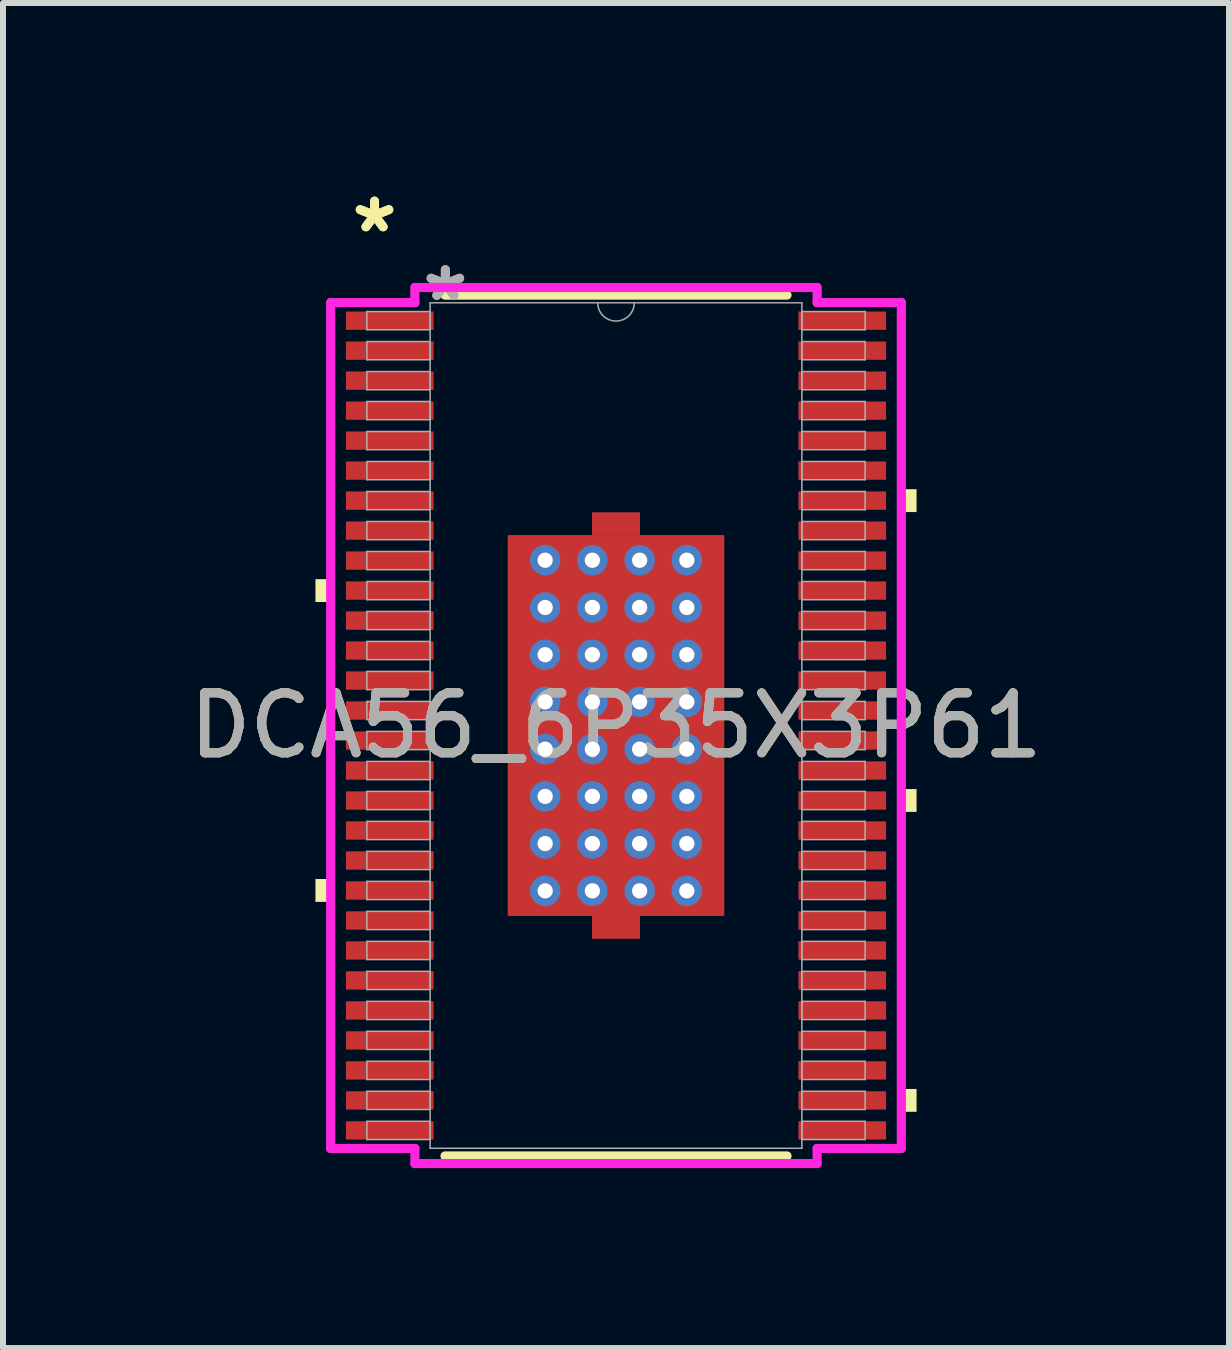
<source format=kicad_pcb>
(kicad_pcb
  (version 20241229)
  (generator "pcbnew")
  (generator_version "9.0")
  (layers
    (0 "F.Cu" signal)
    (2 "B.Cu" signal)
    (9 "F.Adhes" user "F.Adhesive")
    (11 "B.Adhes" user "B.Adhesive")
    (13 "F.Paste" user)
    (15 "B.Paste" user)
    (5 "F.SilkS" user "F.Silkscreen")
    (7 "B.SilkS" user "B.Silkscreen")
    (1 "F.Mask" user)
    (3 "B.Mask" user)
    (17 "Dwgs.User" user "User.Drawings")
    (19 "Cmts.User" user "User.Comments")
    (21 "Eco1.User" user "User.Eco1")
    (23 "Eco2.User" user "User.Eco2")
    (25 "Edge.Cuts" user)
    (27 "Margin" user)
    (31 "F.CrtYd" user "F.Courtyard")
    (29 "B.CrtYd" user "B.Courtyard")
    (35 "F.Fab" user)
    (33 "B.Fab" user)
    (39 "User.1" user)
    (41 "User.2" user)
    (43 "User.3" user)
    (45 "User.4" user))
  (footprint "DCA56_6P35X3P61"
    (layer "F.Cu")
    (at 7.22 9.046)
    (property "Reference" "DCA56_6P35X3P61" (at 0 0 0) (unlocked yes) (layer "F.SilkS") (effects (font (size 1 1) (thickness 0.15))))
    (attr smd)
    (fp_poly (pts (xy -0.4 -3.175) (xy -0.4 -3.555) (xy 0.4 -3.555) (xy 0.4 -3.175)) (stroke (width 0) (type solid)) (fill yes) (layer "F.Cu"))
    (fp_poly (pts (xy -0.4 3.175) (xy -0.4 3.555) (xy 0.4 3.555) (xy 0.4 3.175)) (stroke (width 0) (type solid)) (fill yes) (layer "F.Cu"))
    (fp_poly (pts (xy -1.869 -3.239) (xy -1.381 -3.239) (xy -1.381 3.239) (xy -1.869 3.239)) (stroke (width 0) (type solid)) (fill yes) (layer "F.Mask"))
    (fp_poly (pts (xy -1.869 -3.239) (xy 1.869 -3.239) (xy 1.869 -2.956) (xy -1.869 -2.956)) (stroke (width 0) (type solid)) (fill yes) (layer "F.Mask"))
    (fp_poly (pts (xy -1.869 -2.556) (xy 1.869 -2.556) (xy 1.869 -2.168) (xy -1.869 -2.168)) (stroke (width 0) (type solid)) (fill yes) (layer "F.Mask"))
    (fp_poly (pts (xy -1.869 -1.768) (xy 1.869 -1.768) (xy 1.869 -1.381) (xy -1.869 -1.381)) (stroke (width 0) (type solid)) (fill yes) (layer "F.Mask"))
    (fp_poly (pts (xy -1.869 -0.981) (xy 1.869 -0.981) (xy 1.869 -0.594) (xy -1.869 -0.594)) (stroke (width 0) (type solid)) (fill yes) (layer "F.Mask"))
    (fp_poly (pts (xy -1.869 -0.194) (xy 1.869 -0.194) (xy 1.869 0.194) (xy -1.869 0.194)) (stroke (width 0) (type solid)) (fill yes) (layer "F.Mask"))
    (fp_poly (pts (xy -1.869 0.594) (xy 1.869 0.594) (xy 1.869 0.981) (xy -1.869 0.981)) (stroke (width 0) (type solid)) (fill yes) (layer "F.Mask"))
    (fp_poly (pts (xy -1.869 1.381) (xy 1.869 1.381) (xy 1.869 1.768) (xy -1.869 1.768)) (stroke (width 0) (type solid)) (fill yes) (layer "F.Mask"))
    (fp_poly (pts (xy -1.869 2.168) (xy 1.869 2.168) (xy 1.869 2.556) (xy -1.869 2.556)) (stroke (width 0) (type solid)) (fill yes) (layer "F.Mask"))
    (fp_poly (pts (xy -1.869 2.956) (xy 1.869 2.956) (xy 1.869 3.239) (xy -1.869 3.239)) (stroke (width 0) (type solid)) (fill yes) (layer "F.Mask"))
    (fp_poly (pts (xy -0.594 -3.239) (xy -0.981 -3.239) (xy -0.981 3.239) (xy -0.594 3.239)) (stroke (width 0) (type solid)) (fill yes) (layer "F.Mask"))
    (fp_poly (pts (xy -0.4 -3.175) (xy -0.4 -3.555) (xy 0.4 -3.555) (xy 0.4 -3.175)) (stroke (width 0) (type solid)) (fill yes) (layer "F.Mask"))
    (fp_poly (pts (xy -0.4 3.175) (xy -0.4 3.555) (xy 0.4 3.555) (xy 0.4 3.175)) (stroke (width 0) (type solid)) (fill yes) (layer "F.Mask"))
    (fp_poly (pts (xy 0.194 -3.239) (xy -0.194 -3.239) (xy -0.194 3.239) (xy 0.194 3.239)) (stroke (width 0) (type solid)) (fill yes) (layer "F.Mask"))
    (fp_poly (pts (xy 0.981 -3.239) (xy 0.594 -3.239) (xy 0.594 3.239) (xy 0.981 3.239)) (stroke (width 0) (type solid)) (fill yes) (layer "F.Mask"))
    (fp_poly (pts (xy 1.381 -3.239) (xy 1.869 -3.239) (xy 1.869 3.239) (xy 1.381 3.239)) (stroke (width 0) (type solid)) (fill yes) (layer "F.Mask"))
    (fp_line (start -2.851 7.176) (end 2.851 7.176) (stroke (width 0.152) (type solid)) (layer "F.SilkS"))
    (fp_line (start 2.851 -7.176) (end -2.851 -7.176) (stroke (width 0.152) (type solid)) (layer "F.SilkS"))
    (fp_poly (pts (xy -5.011 -2.44) (xy -5.011 -2.059) (xy -4.757 -2.059) (xy -4.757 -2.44)) (stroke (width 0) (type solid)) (fill yes) (layer "F.SilkS"))
    (fp_poly (pts (xy -5.011 2.559) (xy -5.011 2.94) (xy -4.757 2.94) (xy -4.757 2.559)) (stroke (width 0) (type solid)) (fill yes) (layer "F.SilkS"))
    (fp_poly (pts (xy 5.011 -3.94) (xy 5.011 -3.559) (xy 4.757 -3.559) (xy 4.757 -3.94)) (stroke (width 0) (type solid)) (fill yes) (layer "F.SilkS"))
    (fp_poly (pts (xy 5.011 1.059) (xy 5.011 1.44) (xy 4.757 1.44) (xy 4.757 1.059)) (stroke (width 0) (type solid)) (fill yes) (layer "F.SilkS"))
    (fp_poly (pts (xy 5.011 6.059) (xy 5.011 6.44) (xy 4.757 6.44) (xy 4.757 6.059)) (stroke (width 0) (type solid)) (fill yes) (layer "F.SilkS"))
    (fp_poly (pts (xy -1.73 -3.1) (xy -1.73 -2.856) (xy -1.423 -2.856) (xy -1.281 -2.997) (xy -1.281 -3.1)) (stroke (width 0) (type solid)) (fill yes) (layer "F.Paste"))
    (fp_poly (pts (xy -1.73 2.856) (xy -1.73 3.1) (xy -1.281 3.1) (xy -1.281 2.997) (xy -1.423 2.856)) (stroke (width 0) (type solid)) (fill yes) (layer "F.Paste"))
    (fp_poly (pts (xy 1.281 -3.1) (xy 1.281 -2.997) (xy 1.423 -2.856) (xy 1.73 -2.856) (xy 1.73 -3.1)) (stroke (width 0) (type solid)) (fill yes) (layer "F.Paste"))
    (fp_poly (pts (xy 1.423 2.856) (xy 1.281 2.997) (xy 1.281 3.1) (xy 1.73 3.1) (xy 1.73 2.856)) (stroke (width 0) (type solid)) (fill yes) (layer "F.Paste"))
    (fp_poly (pts (xy -1.73 -2.656) (xy -1.73 -2.068) (xy -1.423 -2.068) (xy -1.281 -2.21) (xy -1.281 -2.514) (xy -1.423 -2.656)) (stroke (width 0) (type solid)) (fill yes) (layer "F.Paste"))
    (fp_poly (pts (xy -1.73 -1.869) (xy -1.73 -1.281) (xy -1.423 -1.281) (xy -1.281 -1.423) (xy -1.281 -1.727) (xy -1.423 -1.869)) (stroke (width 0) (type solid)) (fill yes) (layer "F.Paste"))
    (fp_poly (pts (xy -1.73 -1.081) (xy -1.73 -0.494) (xy -1.423 -0.494) (xy -1.281 -0.635) (xy -1.281 -0.94) (xy -1.423 -1.081)) (stroke (width 0) (type solid)) (fill yes) (layer "F.Paste"))
    (fp_poly (pts (xy -1.73 -0.294) (xy -1.73 0.294) (xy -1.423 0.294) (xy -1.281 0.152) (xy -1.281 -0.152) (xy -1.423 -0.294)) (stroke (width 0) (type solid)) (fill yes) (layer "F.Paste"))
    (fp_poly (pts (xy -1.73 0.494) (xy -1.73 1.081) (xy -1.423 1.081) (xy -1.281 0.94) (xy -1.281 0.635) (xy -1.423 0.494)) (stroke (width 0) (type solid)) (fill yes) (layer "F.Paste"))
    (fp_poly (pts (xy -1.73 1.281) (xy -1.73 1.869) (xy -1.423 1.869) (xy -1.281 1.727) (xy -1.281 1.423) (xy -1.423 1.281)) (stroke (width 0) (type solid)) (fill yes) (layer "F.Paste"))
    (fp_poly (pts (xy -1.73 2.068) (xy -1.73 2.656) (xy -1.423 2.656) (xy -1.281 2.514) (xy -1.281 2.21) (xy -1.423 2.068)) (stroke (width 0) (type solid)) (fill yes) (layer "F.Paste"))
    (fp_poly (pts (xy -1.081 -3.1) (xy -1.081 -2.997) (xy -0.94 -2.856) (xy -0.635 -2.856) (xy -0.494 -2.997) (xy -0.494 -3.1)) (stroke (width 0) (type solid)) (fill yes) (layer "F.Paste"))
    (fp_poly (pts (xy -0.94 2.856) (xy -1.081 2.997) (xy -1.081 3.1) (xy -0.494 3.1) (xy -0.494 2.997) (xy -0.635 2.856)) (stroke (width 0) (type solid)) (fill yes) (layer "F.Paste"))
    (fp_poly (pts (xy -0.294 -3.1) (xy -0.294 -2.997) (xy -0.152 -2.856) (xy 0.152 -2.856) (xy 0.294 -2.997) (xy 0.294 -3.1)) (stroke (width 0) (type solid)) (fill yes) (layer "F.Paste"))
    (fp_poly (pts (xy -0.152 2.856) (xy -0.294 2.997) (xy -0.294 3.1) (xy 0.294 3.1) (xy 0.294 2.997) (xy 0.152 2.856)) (stroke (width 0) (type solid)) (fill yes) (layer "F.Paste"))
    (fp_poly (pts (xy 0.494 -3.1) (xy 0.494 -2.997) (xy 0.635 -2.856) (xy 0.94 -2.856) (xy 1.081 -2.997) (xy 1.081 -3.1)) (stroke (width 0) (type solid)) (fill yes) (layer "F.Paste"))
    (fp_poly (pts (xy 0.635 2.856) (xy 0.494 2.997) (xy 0.494 3.1) (xy 1.081 3.1) (xy 1.081 2.997) (xy 0.94 2.856)) (stroke (width 0) (type solid)) (fill yes) (layer "F.Paste"))
    (fp_poly (pts (xy 1.423 -2.656) (xy 1.281 -2.514) (xy 1.281 -2.21) (xy 1.423 -2.068) (xy 1.73 -2.068) (xy 1.73 -2.656)) (stroke (width 0) (type solid)) (fill yes) (layer "F.Paste"))
    (fp_poly (pts (xy 1.423 -1.869) (xy 1.281 -1.727) (xy 1.281 -1.423) (xy 1.423 -1.281) (xy 1.73 -1.281) (xy 1.73 -1.869)) (stroke (width 0) (type solid)) (fill yes) (layer "F.Paste"))
    (fp_poly (pts (xy 1.423 -1.081) (xy 1.281 -0.94) (xy 1.281 -0.635) (xy 1.423 -0.494) (xy 1.73 -0.494) (xy 1.73 -1.081)) (stroke (width 0) (type solid)) (fill yes) (layer "F.Paste"))
    (fp_poly (pts (xy 1.423 -0.294) (xy 1.281 -0.152) (xy 1.281 0.152) (xy 1.423 0.294) (xy 1.73 0.294) (xy 1.73 -0.294)) (stroke (width 0) (type solid)) (fill yes) (layer "F.Paste"))
    (fp_poly (pts (xy 1.423 0.494) (xy 1.281 0.635) (xy 1.281 0.94) (xy 1.423 1.081) (xy 1.73 1.081) (xy 1.73 0.494)) (stroke (width 0) (type solid)) (fill yes) (layer "F.Paste"))
    (fp_poly (pts (xy 1.423 1.281) (xy 1.281 1.423) (xy 1.281 1.727) (xy 1.423 1.869) (xy 1.73 1.869) (xy 1.73 1.281)) (stroke (width 0) (type solid)) (fill yes) (layer "F.Paste"))
    (fp_poly (pts (xy 1.423 2.068) (xy 1.281 2.21) (xy 1.281 2.514) (xy 1.423 2.656) (xy 1.73 2.656) (xy 1.73 2.068)) (stroke (width 0) (type solid)) (fill yes) (layer "F.Paste"))
    (fp_poly (pts (xy -0.94 -2.656) (xy -1.081 -2.514) (xy -1.081 -2.21) (xy -0.94 -2.068) (xy -0.635 -2.068) (xy -0.494 -2.21) (xy -0.494 -2.514) (xy -0.635 -2.656)) (stroke (width 0) (type solid)) (fill yes) (layer "F.Paste"))
    (fp_poly (pts (xy -0.94 -1.869) (xy -1.081 -1.727) (xy -1.081 -1.423) (xy -0.94 -1.281) (xy -0.635 -1.281) (xy -0.494 -1.423) (xy -0.494 -1.727) (xy -0.635 -1.869)) (stroke (width 0) (type solid)) (fill yes) (layer "F.Paste"))
    (fp_poly (pts (xy -0.94 -1.081) (xy -1.081 -0.94) (xy -1.081 -0.635) (xy -0.94 -0.494) (xy -0.635 -0.494) (xy -0.494 -0.635) (xy -0.494 -0.94) (xy -0.635 -1.081)) (stroke (width 0) (type solid)) (fill yes) (layer "F.Paste"))
    (fp_poly (pts (xy -0.94 -0.294) (xy -1.081 -0.152) (xy -1.081 0.152) (xy -0.94 0.294) (xy -0.635 0.294) (xy -0.494 0.152) (xy -0.494 -0.152) (xy -0.635 -0.294)) (stroke (width 0) (type solid)) (fill yes) (layer "F.Paste"))
    (fp_poly (pts (xy -0.94 0.494) (xy -1.081 0.635) (xy -1.081 0.94) (xy -0.94 1.081) (xy -0.635 1.081) (xy -0.494 0.94) (xy -0.494 0.635) (xy -0.635 0.494)) (stroke (width 0) (type solid)) (fill yes) (layer "F.Paste"))
    (fp_poly (pts (xy -0.94 1.281) (xy -1.081 1.423) (xy -1.081 1.727) (xy -0.94 1.869) (xy -0.635 1.869) (xy -0.494 1.727) (xy -0.494 1.423) (xy -0.635 1.281)) (stroke (width 0) (type solid)) (fill yes) (layer "F.Paste"))
    (fp_poly (pts (xy -0.94 2.068) (xy -1.081 2.21) (xy -1.081 2.514) (xy -0.94 2.656) (xy -0.635 2.656) (xy -0.494 2.514) (xy -0.494 2.21) (xy -0.635 2.068)) (stroke (width 0) (type solid)) (fill yes) (layer "F.Paste"))
    (fp_poly (pts (xy -0.152 -2.656) (xy -0.294 -2.514) (xy -0.294 -2.21) (xy -0.152 -2.068) (xy 0.152 -2.068) (xy 0.294 -2.21) (xy 0.294 -2.514) (xy 0.152 -2.656)) (stroke (width 0) (type solid)) (fill yes) (layer "F.Paste"))
    (fp_poly (pts (xy -0.152 -1.869) (xy -0.294 -1.727) (xy -0.294 -1.423) (xy -0.152 -1.281) (xy 0.152 -1.281) (xy 0.294 -1.423) (xy 0.294 -1.727) (xy 0.152 -1.869)) (stroke (width 0) (type solid)) (fill yes) (layer "F.Paste"))
    (fp_poly (pts (xy -0.152 -1.081) (xy -0.294 -0.94) (xy -0.294 -0.635) (xy -0.152 -0.494) (xy 0.152 -0.494) (xy 0.294 -0.635) (xy 0.294 -0.94) (xy 0.152 -1.081)) (stroke (width 0) (type solid)) (fill yes) (layer "F.Paste"))
    (fp_poly (pts (xy -0.152 -0.294) (xy -0.294 -0.152) (xy -0.294 0.152) (xy -0.152 0.294) (xy 0.152 0.294) (xy 0.294 0.152) (xy 0.294 -0.152) (xy 0.152 -0.294)) (stroke (width 0) (type solid)) (fill yes) (layer "F.Paste"))
    (fp_poly (pts (xy -0.152 0.494) (xy -0.294 0.635) (xy -0.294 0.94) (xy -0.152 1.081) (xy 0.152 1.081) (xy 0.294 0.94) (xy 0.294 0.635) (xy 0.152 0.494)) (stroke (width 0) (type solid)) (fill yes) (layer "F.Paste"))
    (fp_poly (pts (xy -0.152 1.281) (xy -0.294 1.423) (xy -0.294 1.727) (xy -0.152 1.869) (xy 0.152 1.869) (xy 0.294 1.727) (xy 0.294 1.423) (xy 0.152 1.281)) (stroke (width 0) (type solid)) (fill yes) (layer "F.Paste"))
    (fp_poly (pts (xy -0.152 2.068) (xy -0.294 2.21) (xy -0.294 2.514) (xy -0.152 2.656) (xy 0.152 2.656) (xy 0.294 2.514) (xy 0.294 2.21) (xy 0.152 2.068)) (stroke (width 0) (type solid)) (fill yes) (layer "F.Paste"))
    (fp_poly (pts (xy 0.635 -2.656) (xy 0.494 -2.514) (xy 0.494 -2.21) (xy 0.635 -2.068) (xy 0.94 -2.068) (xy 1.081 -2.21) (xy 1.081 -2.514) (xy 0.94 -2.656)) (stroke (width 0) (type solid)) (fill yes) (layer "F.Paste"))
    (fp_poly (pts (xy 0.635 -1.869) (xy 0.494 -1.727) (xy 0.494 -1.423) (xy 0.635 -1.281) (xy 0.94 -1.281) (xy 1.081 -1.423) (xy 1.081 -1.727) (xy 0.94 -1.869)) (stroke (width 0) (type solid)) (fill yes) (layer "F.Paste"))
    (fp_poly (pts (xy 0.635 -1.081) (xy 0.494 -0.94) (xy 0.494 -0.635) (xy 0.635 -0.494) (xy 0.94 -0.494) (xy 1.081 -0.635) (xy 1.081 -0.94) (xy 0.94 -1.081)) (stroke (width 0) (type solid)) (fill yes) (layer "F.Paste"))
    (fp_poly (pts (xy 0.635 -0.294) (xy 0.494 -0.152) (xy 0.494 0.152) (xy 0.635 0.294) (xy 0.94 0.294) (xy 1.081 0.152) (xy 1.081 -0.152) (xy 0.94 -0.294)) (stroke (width 0) (type solid)) (fill yes) (layer "F.Paste"))
    (fp_poly (pts (xy 0.635 0.494) (xy 0.494 0.635) (xy 0.494 0.94) (xy 0.635 1.081) (xy 0.94 1.081) (xy 1.081 0.94) (xy 1.081 0.635) (xy 0.94 0.494)) (stroke (width 0) (type solid)) (fill yes) (layer "F.Paste"))
    (fp_poly (pts (xy 0.635 1.281) (xy 0.494 1.423) (xy 0.494 1.727) (xy 0.635 1.869) (xy 0.94 1.869) (xy 1.081 1.727) (xy 1.081 1.423) (xy 0.94 1.281)) (stroke (width 0) (type solid)) (fill yes) (layer "F.Paste"))
    (fp_poly (pts (xy 0.635 2.068) (xy 0.494 2.21) (xy 0.494 2.514) (xy 0.635 2.656) (xy 0.94 2.656) (xy 1.081 2.514) (xy 1.081 2.21) (xy 0.94 2.068)) (stroke (width 0) (type solid)) (fill yes) (layer "F.Paste"))
    (fp_line (start -4.757 -7.051) (end -3.353 -7.051) (stroke (width 0.152) (type solid)) (layer "F.CrtYd"))
    (fp_line (start -4.757 7.051) (end -4.757 -7.051) (stroke (width 0.152) (type solid)) (layer "F.CrtYd"))
    (fp_line (start -4.757 7.051) (end -3.353 7.051) (stroke (width 0.152) (type solid)) (layer "F.CrtYd"))
    (fp_line (start -3.353 -7.303) (end 3.353 -7.303) (stroke (width 0.152) (type solid)) (layer "F.CrtYd"))
    (fp_line (start -3.353 -7.051) (end -3.353 -7.303) (stroke (width 0.152) (type solid)) (layer "F.CrtYd"))
    (fp_line (start -3.353 7.303) (end -3.353 7.051) (stroke (width 0.152) (type solid)) (layer "F.CrtYd"))
    (fp_line (start 3.353 -7.303) (end 3.353 -7.051) (stroke (width 0.152) (type solid)) (layer "F.CrtYd"))
    (fp_line (start 3.353 7.051) (end 3.353 7.303) (stroke (width 0.152) (type solid)) (layer "F.CrtYd"))
    (fp_line (start 3.353 7.303) (end -3.353 7.303) (stroke (width 0.152) (type solid)) (layer "F.CrtYd"))
    (fp_line (start 4.757 -7.051) (end 3.353 -7.051) (stroke (width 0.152) (type solid)) (layer "F.CrtYd"))
    (fp_line (start 4.757 -7.051) (end 4.757 7.051) (stroke (width 0.152) (type solid)) (layer "F.CrtYd"))
    (fp_line (start 4.757 7.051) (end 3.353 7.051) (stroke (width 0.152) (type solid)) (layer "F.CrtYd"))
    (fp_line (start -4.153 -6.902) (end -4.153 -6.598) (stroke (width 0.025) (type solid)) (layer "F.Fab"))
    (fp_line (start -4.153 -6.598) (end -3.099 -6.598) (stroke (width 0.025) (type solid)) (layer "F.Fab"))
    (fp_line (start -4.153 -6.402) (end -4.153 -6.098) (stroke (width 0.025) (type solid)) (layer "F.Fab"))
    (fp_line (start -4.153 -6.098) (end -3.099 -6.098) (stroke (width 0.025) (type solid)) (layer "F.Fab"))
    (fp_line (start -4.153 -5.902) (end -4.153 -5.598) (stroke (width 0.025) (type solid)) (layer "F.Fab"))
    (fp_line (start -4.153 -5.598) (end -3.099 -5.598) (stroke (width 0.025) (type solid)) (layer "F.Fab"))
    (fp_line (start -4.153 -5.402) (end -4.153 -5.098) (stroke (width 0.025) (type solid)) (layer "F.Fab"))
    (fp_line (start -4.153 -5.098) (end -3.099 -5.098) (stroke (width 0.025) (type solid)) (layer "F.Fab"))
    (fp_line (start -4.153 -4.902) (end -4.153 -4.598) (stroke (width 0.025) (type solid)) (layer "F.Fab"))
    (fp_line (start -4.153 -4.598) (end -3.099 -4.598) (stroke (width 0.025) (type solid)) (layer "F.Fab"))
    (fp_line (start -4.153 -4.402) (end -4.153 -4.098) (stroke (width 0.025) (type solid)) (layer "F.Fab"))
    (fp_line (start -4.153 -4.098) (end -3.099 -4.098) (stroke (width 0.025) (type solid)) (layer "F.Fab"))
    (fp_line (start -4.153 -3.902) (end -4.153 -3.598) (stroke (width 0.025) (type solid)) (layer "F.Fab"))
    (fp_line (start -4.153 -3.598) (end -3.099 -3.598) (stroke (width 0.025) (type solid)) (layer "F.Fab"))
    (fp_line (start -4.153 -3.402) (end -4.153 -3.098) (stroke (width 0.025) (type solid)) (layer "F.Fab"))
    (fp_line (start -4.153 -3.098) (end -3.099 -3.098) (stroke (width 0.025) (type solid)) (layer "F.Fab"))
    (fp_line (start -4.153 -2.902) (end -4.153 -2.598) (stroke (width 0.025) (type solid)) (layer "F.Fab"))
    (fp_line (start -4.153 -2.598) (end -3.099 -2.598) (stroke (width 0.025) (type solid)) (layer "F.Fab"))
    (fp_line (start -4.153 -2.402) (end -4.153 -2.098) (stroke (width 0.025) (type solid)) (layer "F.Fab"))
    (fp_line (start -4.153 -2.098) (end -3.099 -2.098) (stroke (width 0.025) (type solid)) (layer "F.Fab"))
    (fp_line (start -4.153 -1.902) (end -4.153 -1.598) (stroke (width 0.025) (type solid)) (layer "F.Fab"))
    (fp_line (start -4.153 -1.598) (end -3.099 -1.598) (stroke (width 0.025) (type solid)) (layer "F.Fab"))
    (fp_line (start -4.153 -1.402) (end -4.153 -1.098) (stroke (width 0.025) (type solid)) (layer "F.Fab"))
    (fp_line (start -4.153 -1.098) (end -3.099 -1.098) (stroke (width 0.025) (type solid)) (layer "F.Fab"))
    (fp_line (start -4.153 -0.902) (end -4.153 -0.598) (stroke (width 0.025) (type solid)) (layer "F.Fab"))
    (fp_line (start -4.153 -0.598) (end -3.099 -0.598) (stroke (width 0.025) (type solid)) (layer "F.Fab"))
    (fp_line (start -4.153 -0.402) (end -4.153 -0.098) (stroke (width 0.025) (type solid)) (layer "F.Fab"))
    (fp_line (start -4.153 -0.098) (end -3.099 -0.098) (stroke (width 0.025) (type solid)) (layer "F.Fab"))
    (fp_line (start -4.153 0.098) (end -4.153 0.402) (stroke (width 0.025) (type solid)) (layer "F.Fab"))
    (fp_line (start -4.153 0.402) (end -3.099 0.402) (stroke (width 0.025) (type solid)) (layer "F.Fab"))
    (fp_line (start -4.153 0.598) (end -4.153 0.902) (stroke (width 0.025) (type solid)) (layer "F.Fab"))
    (fp_line (start -4.153 0.902) (end -3.099 0.902) (stroke (width 0.025) (type solid)) (layer "F.Fab"))
    (fp_line (start -4.153 1.098) (end -4.153 1.402) (stroke (width 0.025) (type solid)) (layer "F.Fab"))
    (fp_line (start -4.153 1.402) (end -3.099 1.402) (stroke (width 0.025) (type solid)) (layer "F.Fab"))
    (fp_line (start -4.153 1.598) (end -4.153 1.902) (stroke (width 0.025) (type solid)) (layer "F.Fab"))
    (fp_line (start -4.153 1.902) (end -3.099 1.902) (stroke (width 0.025) (type solid)) (layer "F.Fab"))
    (fp_line (start -4.153 2.098) (end -4.153 2.402) (stroke (width 0.025) (type solid)) (layer "F.Fab"))
    (fp_line (start -4.153 2.402) (end -3.099 2.402) (stroke (width 0.025) (type solid)) (layer "F.Fab"))
    (fp_line (start -4.153 2.598) (end -4.153 2.902) (stroke (width 0.025) (type solid)) (layer "F.Fab"))
    (fp_line (start -4.153 2.902) (end -3.099 2.902) (stroke (width 0.025) (type solid)) (layer "F.Fab"))
    (fp_line (start -4.153 3.098) (end -4.153 3.402) (stroke (width 0.025) (type solid)) (layer "F.Fab"))
    (fp_line (start -4.153 3.402) (end -3.099 3.402) (stroke (width 0.025) (type solid)) (layer "F.Fab"))
    (fp_line (start -4.153 3.598) (end -4.153 3.902) (stroke (width 0.025) (type solid)) (layer "F.Fab"))
    (fp_line (start -4.153 3.902) (end -3.099 3.902) (stroke (width 0.025) (type solid)) (layer "F.Fab"))
    (fp_line (start -4.153 4.098) (end -4.153 4.402) (stroke (width 0.025) (type solid)) (layer "F.Fab"))
    (fp_line (start -4.153 4.402) (end -3.099 4.402) (stroke (width 0.025) (type solid)) (layer "F.Fab"))
    (fp_line (start -4.153 4.598) (end -4.153 4.902) (stroke (width 0.025) (type solid)) (layer "F.Fab"))
    (fp_line (start -4.153 4.902) (end -3.099 4.902) (stroke (width 0.025) (type solid)) (layer "F.Fab"))
    (fp_line (start -4.153 5.098) (end -4.153 5.402) (stroke (width 0.025) (type solid)) (layer "F.Fab"))
    (fp_line (start -4.153 5.402) (end -3.099 5.402) (stroke (width 0.025) (type solid)) (layer "F.Fab"))
    (fp_line (start -4.153 5.598) (end -4.153 5.902) (stroke (width 0.025) (type solid)) (layer "F.Fab"))
    (fp_line (start -4.153 5.902) (end -3.099 5.902) (stroke (width 0.025) (type solid)) (layer "F.Fab"))
    (fp_line (start -4.153 6.098) (end -4.153 6.402) (stroke (width 0.025) (type solid)) (layer "F.Fab"))
    (fp_line (start -4.153 6.402) (end -3.099 6.402) (stroke (width 0.025) (type solid)) (layer "F.Fab"))
    (fp_line (start -4.153 6.598) (end -4.153 6.902) (stroke (width 0.025) (type solid)) (layer "F.Fab"))
    (fp_line (start -4.153 6.902) (end -3.099 6.902) (stroke (width 0.025) (type solid)) (layer "F.Fab"))
    (fp_line (start -3.099 -7.048) (end -3.099 7.048) (stroke (width 0.025) (type solid)) (layer "F.Fab"))
    (fp_line (start -3.099 -6.902) (end -4.153 -6.902) (stroke (width 0.025) (type solid)) (layer "F.Fab"))
    (fp_line (start -3.099 -6.598) (end -3.099 -6.902) (stroke (width 0.025) (type solid)) (layer "F.Fab"))
    (fp_line (start -3.099 -6.402) (end -4.153 -6.402) (stroke (width 0.025) (type solid)) (layer "F.Fab"))
    (fp_line (start -3.099 -6.098) (end -3.099 -6.402) (stroke (width 0.025) (type solid)) (layer "F.Fab"))
    (fp_line (start -3.099 -5.902) (end -4.153 -5.902) (stroke (width 0.025) (type solid)) (layer "F.Fab"))
    (fp_line (start -3.099 -5.598) (end -3.099 -5.902) (stroke (width 0.025) (type solid)) (layer "F.Fab"))
    (fp_line (start -3.099 -5.402) (end -4.153 -5.402) (stroke (width 0.025) (type solid)) (layer "F.Fab"))
    (fp_line (start -3.099 -5.098) (end -3.099 -5.402) (stroke (width 0.025) (type solid)) (layer "F.Fab"))
    (fp_line (start -3.099 -4.902) (end -4.153 -4.902) (stroke (width 0.025) (type solid)) (layer "F.Fab"))
    (fp_line (start -3.099 -4.598) (end -3.099 -4.902) (stroke (width 0.025) (type solid)) (layer "F.Fab"))
    (fp_line (start -3.099 -4.402) (end -4.153 -4.402) (stroke (width 0.025) (type solid)) (layer "F.Fab"))
    (fp_line (start -3.099 -4.098) (end -3.099 -4.402) (stroke (width 0.025) (type solid)) (layer "F.Fab"))
    (fp_line (start -3.099 -3.902) (end -4.153 -3.902) (stroke (width 0.025) (type solid)) (layer "F.Fab"))
    (fp_line (start -3.099 -3.598) (end -3.099 -3.902) (stroke (width 0.025) (type solid)) (layer "F.Fab"))
    (fp_line (start -3.099 -3.402) (end -4.153 -3.402) (stroke (width 0.025) (type solid)) (layer "F.Fab"))
    (fp_line (start -3.099 -3.098) (end -3.099 -3.402) (stroke (width 0.025) (type solid)) (layer "F.Fab"))
    (fp_line (start -3.099 -2.902) (end -4.153 -2.902) (stroke (width 0.025) (type solid)) (layer "F.Fab"))
    (fp_line (start -3.099 -2.598) (end -3.099 -2.902) (stroke (width 0.025) (type solid)) (layer "F.Fab"))
    (fp_line (start -3.099 -2.402) (end -4.153 -2.402) (stroke (width 0.025) (type solid)) (layer "F.Fab"))
    (fp_line (start -3.099 -2.098) (end -3.099 -2.402) (stroke (width 0.025) (type solid)) (layer "F.Fab"))
    (fp_line (start -3.099 -1.902) (end -4.153 -1.902) (stroke (width 0.025) (type solid)) (layer "F.Fab"))
    (fp_line (start -3.099 -1.598) (end -3.099 -1.902) (stroke (width 0.025) (type solid)) (layer "F.Fab"))
    (fp_line (start -3.099 -1.402) (end -4.153 -1.402) (stroke (width 0.025) (type solid)) (layer "F.Fab"))
    (fp_line (start -3.099 -1.098) (end -3.099 -1.402) (stroke (width 0.025) (type solid)) (layer "F.Fab"))
    (fp_line (start -3.099 -0.902) (end -4.153 -0.902) (stroke (width 0.025) (type solid)) (layer "F.Fab"))
    (fp_line (start -3.099 -0.598) (end -3.099 -0.902) (stroke (width 0.025) (type solid)) (layer "F.Fab"))
    (fp_line (start -3.099 -0.402) (end -4.153 -0.402) (stroke (width 0.025) (type solid)) (layer "F.Fab"))
    (fp_line (start -3.099 -0.098) (end -3.099 -0.402) (stroke (width 0.025) (type solid)) (layer "F.Fab"))
    (fp_line (start -3.099 0.098) (end -4.153 0.098) (stroke (width 0.025) (type solid)) (layer "F.Fab"))
    (fp_line (start -3.099 0.402) (end -3.099 0.098) (stroke (width 0.025) (type solid)) (layer "F.Fab"))
    (fp_line (start -3.099 0.598) (end -4.153 0.598) (stroke (width 0.025) (type solid)) (layer "F.Fab"))
    (fp_line (start -3.099 0.902) (end -3.099 0.598) (stroke (width 0.025) (type solid)) (layer "F.Fab"))
    (fp_line (start -3.099 1.098) (end -4.153 1.098) (stroke (width 0.025) (type solid)) (layer "F.Fab"))
    (fp_line (start -3.099 1.402) (end -3.099 1.098) (stroke (width 0.025) (type solid)) (layer "F.Fab"))
    (fp_line (start -3.099 1.598) (end -4.153 1.598) (stroke (width 0.025) (type solid)) (layer "F.Fab"))
    (fp_line (start -3.099 1.902) (end -3.099 1.598) (stroke (width 0.025) (type solid)) (layer "F.Fab"))
    (fp_line (start -3.099 2.098) (end -4.153 2.098) (stroke (width 0.025) (type solid)) (layer "F.Fab"))
    (fp_line (start -3.099 2.402) (end -3.099 2.098) (stroke (width 0.025) (type solid)) (layer "F.Fab"))
    (fp_line (start -3.099 2.598) (end -4.153 2.598) (stroke (width 0.025) (type solid)) (layer "F.Fab"))
    (fp_line (start -3.099 2.902) (end -3.099 2.598) (stroke (width 0.025) (type solid)) (layer "F.Fab"))
    (fp_line (start -3.099 3.098) (end -4.153 3.098) (stroke (width 0.025) (type solid)) (layer "F.Fab"))
    (fp_line (start -3.099 3.402) (end -3.099 3.098) (stroke (width 0.025) (type solid)) (layer "F.Fab"))
    (fp_line (start -3.099 3.598) (end -4.153 3.598) (stroke (width 0.025) (type solid)) (layer "F.Fab"))
    (fp_line (start -3.099 3.902) (end -3.099 3.598) (stroke (width 0.025) (type solid)) (layer "F.Fab"))
    (fp_line (start -3.099 4.098) (end -4.153 4.098) (stroke (width 0.025) (type solid)) (layer "F.Fab"))
    (fp_line (start -3.099 4.402) (end -3.099 4.098) (stroke (width 0.025) (type solid)) (layer "F.Fab"))
    (fp_line (start -3.099 4.598) (end -4.153 4.598) (stroke (width 0.025) (type solid)) (layer "F.Fab"))
    (fp_line (start -3.099 4.902) (end -3.099 4.598) (stroke (width 0.025) (type solid)) (layer "F.Fab"))
    (fp_line (start -3.099 5.098) (end -4.153 5.098) (stroke (width 0.025) (type solid)) (layer "F.Fab"))
    (fp_line (start -3.099 5.402) (end -3.099 5.098) (stroke (width 0.025) (type solid)) (layer "F.Fab"))
    (fp_line (start -3.099 5.598) (end -4.153 5.598) (stroke (width 0.025) (type solid)) (layer "F.Fab"))
    (fp_line (start -3.099 5.902) (end -3.099 5.598) (stroke (width 0.025) (type solid)) (layer "F.Fab"))
    (fp_line (start -3.099 6.098) (end -4.153 6.098) (stroke (width 0.025) (type solid)) (layer "F.Fab"))
    (fp_line (start -3.099 6.402) (end -3.099 6.098) (stroke (width 0.025) (type solid)) (layer "F.Fab"))
    (fp_line (start -3.099 6.598) (end -4.153 6.598) (stroke (width 0.025) (type solid)) (layer "F.Fab"))
    (fp_line (start -3.099 6.902) (end -3.099 6.598) (stroke (width 0.025) (type solid)) (layer "F.Fab"))
    (fp_line (start -3.099 7.048) (end 3.099 7.048) (stroke (width 0.025) (type solid)) (layer "F.Fab"))
    (fp_line (start 3.099 -7.048) (end -3.099 -7.048) (stroke (width 0.025) (type solid)) (layer "F.Fab"))
    (fp_line (start 3.099 -6.902) (end 3.099 -6.598) (stroke (width 0.025) (type solid)) (layer "F.Fab"))
    (fp_line (start 3.099 -6.598) (end 4.153 -6.598) (stroke (width 0.025) (type solid)) (layer "F.Fab"))
    (fp_line (start 3.099 -6.402) (end 3.099 -6.098) (stroke (width 0.025) (type solid)) (layer "F.Fab"))
    (fp_line (start 3.099 -6.098) (end 4.153 -6.098) (stroke (width 0.025) (type solid)) (layer "F.Fab"))
    (fp_line (start 3.099 -5.902) (end 3.099 -5.598) (stroke (width 0.025) (type solid)) (layer "F.Fab"))
    (fp_line (start 3.099 -5.598) (end 4.153 -5.598) (stroke (width 0.025) (type solid)) (layer "F.Fab"))
    (fp_line (start 3.099 -5.402) (end 3.099 -5.098) (stroke (width 0.025) (type solid)) (layer "F.Fab"))
    (fp_line (start 3.099 -5.098) (end 4.153 -5.098) (stroke (width 0.025) (type solid)) (layer "F.Fab"))
    (fp_line (start 3.099 -4.902) (end 3.099 -4.598) (stroke (width 0.025) (type solid)) (layer "F.Fab"))
    (fp_line (start 3.099 -4.598) (end 4.153 -4.598) (stroke (width 0.025) (type solid)) (layer "F.Fab"))
    (fp_line (start 3.099 -4.402) (end 3.099 -4.098) (stroke (width 0.025) (type solid)) (layer "F.Fab"))
    (fp_line (start 3.099 -4.098) (end 4.153 -4.098) (stroke (width 0.025) (type solid)) (layer "F.Fab"))
    (fp_line (start 3.099 -3.902) (end 3.099 -3.598) (stroke (width 0.025) (type solid)) (layer "F.Fab"))
    (fp_line (start 3.099 -3.598) (end 4.153 -3.598) (stroke (width 0.025) (type solid)) (layer "F.Fab"))
    (fp_line (start 3.099 -3.402) (end 3.099 -3.098) (stroke (width 0.025) (type solid)) (layer "F.Fab"))
    (fp_line (start 3.099 -3.098) (end 4.153 -3.098) (stroke (width 0.025) (type solid)) (layer "F.Fab"))
    (fp_line (start 3.099 -2.902) (end 3.099 -2.598) (stroke (width 0.025) (type solid)) (layer "F.Fab"))
    (fp_line (start 3.099 -2.598) (end 4.153 -2.598) (stroke (width 0.025) (type solid)) (layer "F.Fab"))
    (fp_line (start 3.099 -2.402) (end 3.099 -2.098) (stroke (width 0.025) (type solid)) (layer "F.Fab"))
    (fp_line (start 3.099 -2.098) (end 4.153 -2.098) (stroke (width 0.025) (type solid)) (layer "F.Fab"))
    (fp_line (start 3.099 -1.902) (end 3.099 -1.598) (stroke (width 0.025) (type solid)) (layer "F.Fab"))
    (fp_line (start 3.099 -1.598) (end 4.153 -1.598) (stroke (width 0.025) (type solid)) (layer "F.Fab"))
    (fp_line (start 3.099 -1.402) (end 3.099 -1.098) (stroke (width 0.025) (type solid)) (layer "F.Fab"))
    (fp_line (start 3.099 -1.098) (end 4.153 -1.098) (stroke (width 0.025) (type solid)) (layer "F.Fab"))
    (fp_line (start 3.099 -0.902) (end 3.099 -0.598) (stroke (width 0.025) (type solid)) (layer "F.Fab"))
    (fp_line (start 3.099 -0.598) (end 4.153 -0.598) (stroke (width 0.025) (type solid)) (layer "F.Fab"))
    (fp_line (start 3.099 -0.402) (end 3.099 -0.098) (stroke (width 0.025) (type solid)) (layer "F.Fab"))
    (fp_line (start 3.099 -0.098) (end 4.153 -0.098) (stroke (width 0.025) (type solid)) (layer "F.Fab"))
    (fp_line (start 3.099 0.098) (end 3.099 0.402) (stroke (width 0.025) (type solid)) (layer "F.Fab"))
    (fp_line (start 3.099 0.402) (end 4.153 0.402) (stroke (width 0.025) (type solid)) (layer "F.Fab"))
    (fp_line (start 3.099 0.598) (end 3.099 0.902) (stroke (width 0.025) (type solid)) (layer "F.Fab"))
    (fp_line (start 3.099 0.902) (end 4.153 0.902) (stroke (width 0.025) (type solid)) (layer "F.Fab"))
    (fp_line (start 3.099 1.098) (end 3.099 1.402) (stroke (width 0.025) (type solid)) (layer "F.Fab"))
    (fp_line (start 3.099 1.402) (end 4.153 1.402) (stroke (width 0.025) (type solid)) (layer "F.Fab"))
    (fp_line (start 3.099 1.598) (end 3.099 1.902) (stroke (width 0.025) (type solid)) (layer "F.Fab"))
    (fp_line (start 3.099 1.902) (end 4.153 1.902) (stroke (width 0.025) (type solid)) (layer "F.Fab"))
    (fp_line (start 3.099 2.098) (end 3.099 2.402) (stroke (width 0.025) (type solid)) (layer "F.Fab"))
    (fp_line (start 3.099 2.402) (end 4.153 2.402) (stroke (width 0.025) (type solid)) (layer "F.Fab"))
    (fp_line (start 3.099 2.598) (end 3.099 2.902) (stroke (width 0.025) (type solid)) (layer "F.Fab"))
    (fp_line (start 3.099 2.902) (end 4.153 2.902) (stroke (width 0.025) (type solid)) (layer "F.Fab"))
    (fp_line (start 3.099 3.098) (end 3.099 3.402) (stroke (width 0.025) (type solid)) (layer "F.Fab"))
    (fp_line (start 3.099 3.402) (end 4.153 3.402) (stroke (width 0.025) (type solid)) (layer "F.Fab"))
    (fp_line (start 3.099 3.598) (end 3.099 3.902) (stroke (width 0.025) (type solid)) (layer "F.Fab"))
    (fp_line (start 3.099 3.902) (end 4.153 3.902) (stroke (width 0.025) (type solid)) (layer "F.Fab"))
    (fp_line (start 3.099 4.098) (end 3.099 4.402) (stroke (width 0.025) (type solid)) (layer "F.Fab"))
    (fp_line (start 3.099 4.402) (end 4.153 4.402) (stroke (width 0.025) (type solid)) (layer "F.Fab"))
    (fp_line (start 3.099 4.598) (end 3.099 4.902) (stroke (width 0.025) (type solid)) (layer "F.Fab"))
    (fp_line (start 3.099 4.902) (end 4.153 4.902) (stroke (width 0.025) (type solid)) (layer "F.Fab"))
    (fp_line (start 3.099 5.098) (end 3.099 5.402) (stroke (width 0.025) (type solid)) (layer "F.Fab"))
    (fp_line (start 3.099 5.402) (end 4.153 5.402) (stroke (width 0.025) (type solid)) (layer "F.Fab"))
    (fp_line (start 3.099 5.598) (end 3.099 5.902) (stroke (width 0.025) (type solid)) (layer "F.Fab"))
    (fp_line (start 3.099 5.902) (end 4.153 5.902) (stroke (width 0.025) (type solid)) (layer "F.Fab"))
    (fp_line (start 3.099 6.098) (end 3.099 6.402) (stroke (width 0.025) (type solid)) (layer "F.Fab"))
    (fp_line (start 3.099 6.402) (end 4.153 6.402) (stroke (width 0.025) (type solid)) (layer "F.Fab"))
    (fp_line (start 3.099 6.598) (end 3.099 6.902) (stroke (width 0.025) (type solid)) (layer "F.Fab"))
    (fp_line (start 3.099 6.902) (end 4.153 6.902) (stroke (width 0.025) (type solid)) (layer "F.Fab"))
    (fp_line (start 3.099 7.048) (end 3.099 -7.048) (stroke (width 0.025) (type solid)) (layer "F.Fab"))
    (fp_line (start 4.153 -6.902) (end 3.099 -6.902) (stroke (width 0.025) (type solid)) (layer "F.Fab"))
    (fp_line (start 4.153 -6.598) (end 4.153 -6.902) (stroke (width 0.025) (type solid)) (layer "F.Fab"))
    (fp_line (start 4.153 -6.402) (end 3.099 -6.402) (stroke (width 0.025) (type solid)) (layer "F.Fab"))
    (fp_line (start 4.153 -6.098) (end 4.153 -6.402) (stroke (width 0.025) (type solid)) (layer "F.Fab"))
    (fp_line (start 4.153 -5.902) (end 3.099 -5.902) (stroke (width 0.025) (type solid)) (layer "F.Fab"))
    (fp_line (start 4.153 -5.598) (end 4.153 -5.902) (stroke (width 0.025) (type solid)) (layer "F.Fab"))
    (fp_line (start 4.153 -5.402) (end 3.099 -5.402) (stroke (width 0.025) (type solid)) (layer "F.Fab"))
    (fp_line (start 4.153 -5.098) (end 4.153 -5.402) (stroke (width 0.025) (type solid)) (layer "F.Fab"))
    (fp_line (start 4.153 -4.902) (end 3.099 -4.902) (stroke (width 0.025) (type solid)) (layer "F.Fab"))
    (fp_line (start 4.153 -4.598) (end 4.153 -4.902) (stroke (width 0.025) (type solid)) (layer "F.Fab"))
    (fp_line (start 4.153 -4.402) (end 3.099 -4.402) (stroke (width 0.025) (type solid)) (layer "F.Fab"))
    (fp_line (start 4.153 -4.098) (end 4.153 -4.402) (stroke (width 0.025) (type solid)) (layer "F.Fab"))
    (fp_line (start 4.153 -3.902) (end 3.099 -3.902) (stroke (width 0.025) (type solid)) (layer "F.Fab"))
    (fp_line (start 4.153 -3.598) (end 4.153 -3.902) (stroke (width 0.025) (type solid)) (layer "F.Fab"))
    (fp_line (start 4.153 -3.402) (end 3.099 -3.402) (stroke (width 0.025) (type solid)) (layer "F.Fab"))
    (fp_line (start 4.153 -3.098) (end 4.153 -3.402) (stroke (width 0.025) (type solid)) (layer "F.Fab"))
    (fp_line (start 4.153 -2.902) (end 3.099 -2.902) (stroke (width 0.025) (type solid)) (layer "F.Fab"))
    (fp_line (start 4.153 -2.598) (end 4.153 -2.902) (stroke (width 0.025) (type solid)) (layer "F.Fab"))
    (fp_line (start 4.153 -2.402) (end 3.099 -2.402) (stroke (width 0.025) (type solid)) (layer "F.Fab"))
    (fp_line (start 4.153 -2.098) (end 4.153 -2.402) (stroke (width 0.025) (type solid)) (layer "F.Fab"))
    (fp_line (start 4.153 -1.902) (end 3.099 -1.902) (stroke (width 0.025) (type solid)) (layer "F.Fab"))
    (fp_line (start 4.153 -1.598) (end 4.153 -1.902) (stroke (width 0.025) (type solid)) (layer "F.Fab"))
    (fp_line (start 4.153 -1.402) (end 3.099 -1.402) (stroke (width 0.025) (type solid)) (layer "F.Fab"))
    (fp_line (start 4.153 -1.098) (end 4.153 -1.402) (stroke (width 0.025) (type solid)) (layer "F.Fab"))
    (fp_line (start 4.153 -0.902) (end 3.099 -0.902) (stroke (width 0.025) (type solid)) (layer "F.Fab"))
    (fp_line (start 4.153 -0.598) (end 4.153 -0.902) (stroke (width 0.025) (type solid)) (layer "F.Fab"))
    (fp_line (start 4.153 -0.402) (end 3.099 -0.402) (stroke (width 0.025) (type solid)) (layer "F.Fab"))
    (fp_line (start 4.153 -0.098) (end 4.153 -0.402) (stroke (width 0.025) (type solid)) (layer "F.Fab"))
    (fp_line (start 4.153 0.098) (end 3.099 0.098) (stroke (width 0.025) (type solid)) (layer "F.Fab"))
    (fp_line (start 4.153 0.402) (end 4.153 0.098) (stroke (width 0.025) (type solid)) (layer "F.Fab"))
    (fp_line (start 4.153 0.598) (end 3.099 0.598) (stroke (width 0.025) (type solid)) (layer "F.Fab"))
    (fp_line (start 4.153 0.902) (end 4.153 0.598) (stroke (width 0.025) (type solid)) (layer "F.Fab"))
    (fp_line (start 4.153 1.098) (end 3.099 1.098) (stroke (width 0.025) (type solid)) (layer "F.Fab"))
    (fp_line (start 4.153 1.402) (end 4.153 1.098) (stroke (width 0.025) (type solid)) (layer "F.Fab"))
    (fp_line (start 4.153 1.598) (end 3.099 1.598) (stroke (width 0.025) (type solid)) (layer "F.Fab"))
    (fp_line (start 4.153 1.902) (end 4.153 1.598) (stroke (width 0.025) (type solid)) (layer "F.Fab"))
    (fp_line (start 4.153 2.098) (end 3.099 2.098) (stroke (width 0.025) (type solid)) (layer "F.Fab"))
    (fp_line (start 4.153 2.402) (end 4.153 2.098) (stroke (width 0.025) (type solid)) (layer "F.Fab"))
    (fp_line (start 4.153 2.598) (end 3.099 2.598) (stroke (width 0.025) (type solid)) (layer "F.Fab"))
    (fp_line (start 4.153 2.902) (end 4.153 2.598) (stroke (width 0.025) (type solid)) (layer "F.Fab"))
    (fp_line (start 4.153 3.098) (end 3.099 3.098) (stroke (width 0.025) (type solid)) (layer "F.Fab"))
    (fp_line (start 4.153 3.402) (end 4.153 3.098) (stroke (width 0.025) (type solid)) (layer "F.Fab"))
    (fp_line (start 4.153 3.598) (end 3.099 3.598) (stroke (width 0.025) (type solid)) (layer "F.Fab"))
    (fp_line (start 4.153 3.902) (end 4.153 3.598) (stroke (width 0.025) (type solid)) (layer "F.Fab"))
    (fp_line (start 4.153 4.098) (end 3.099 4.098) (stroke (width 0.025) (type solid)) (layer "F.Fab"))
    (fp_line (start 4.153 4.402) (end 4.153 4.098) (stroke (width 0.025) (type solid)) (layer "F.Fab"))
    (fp_line (start 4.153 4.598) (end 3.099 4.598) (stroke (width 0.025) (type solid)) (layer "F.Fab"))
    (fp_line (start 4.153 4.902) (end 4.153 4.598) (stroke (width 0.025) (type solid)) (layer "F.Fab"))
    (fp_line (start 4.153 5.098) (end 3.099 5.098) (stroke (width 0.025) (type solid)) (layer "F.Fab"))
    (fp_line (start 4.153 5.402) (end 4.153 5.098) (stroke (width 0.025) (type solid)) (layer "F.Fab"))
    (fp_line (start 4.153 5.598) (end 3.099 5.598) (stroke (width 0.025) (type solid)) (layer "F.Fab"))
    (fp_line (start 4.153 5.902) (end 4.153 5.598) (stroke (width 0.025) (type solid)) (layer "F.Fab"))
    (fp_line (start 4.153 6.098) (end 3.099 6.098) (stroke (width 0.025) (type solid)) (layer "F.Fab"))
    (fp_line (start 4.153 6.402) (end 4.153 6.098) (stroke (width 0.025) (type solid)) (layer "F.Fab"))
    (fp_line (start 4.153 6.598) (end 3.099 6.598) (stroke (width 0.025) (type solid)) (layer "F.Fab"))
    (fp_line (start 4.153 6.902) (end 4.153 6.598) (stroke (width 0.025) (type solid)) (layer "F.Fab"))
    (fp_arc (start 0.3048 -7.0485) (mid 0 -6.7437) (end -0.3048 -7.0485) (stroke (width 0.0254) (type solid)) (layer "F.Fab"))
    (fp_text user "*" (at -4.026 -8.198 0) (unlocked yes) (layer "F.SilkS") (effects (font (size 1 1) (thickness 0.15))))
    (fp_text user "*" (at -4.026 -8.198 0) (layer "F.SilkS") (effects (font (size 1 1) (thickness 0.15))))
    (fp_text user "${REFERENCE}" (at 0 0 0) (unlocked yes) (layer "F.Fab") (effects (font (size 1 1) (thickness 0.15))))
    (fp_text user "*" (at -2.845 -7.055 0) (layer "F.Fab") (effects (font (size 1 1) (thickness 0.15))))
    (fp_text user "*" (at -2.845 -7.055 0) (unlocked yes) (layer "F.Fab") (effects (font (size 1 1) (thickness 0.15))))
    (pad "1" smd rect (at -3.772 -6.75) (size 1.462 0.305) (layers "F.Cu" "F.Mask" "F.Paste"))
    (pad "2" smd rect (at -3.772 -6.25) (size 1.462 0.305) (layers "F.Cu" "F.Mask" "F.Paste"))
    (pad "3" smd rect (at -3.772 -5.75) (size 1.462 0.305) (layers "F.Cu" "F.Mask" "F.Paste"))
    (pad "4" smd rect (at -3.772 -5.25) (size 1.462 0.305) (layers "F.Cu" "F.Mask" "F.Paste"))
    (pad "5" smd rect (at -3.772 -4.75) (size 1.462 0.305) (layers "F.Cu" "F.Mask" "F.Paste"))
    (pad "6" smd rect (at -3.772 -4.25) (size 1.462 0.305) (layers "F.Cu" "F.Mask" "F.Paste"))
    (pad "7" smd rect (at -3.772 -3.75) (size 1.462 0.305) (layers "F.Cu" "F.Mask" "F.Paste"))
    (pad "8" smd rect (at -3.772 -3.25) (size 1.462 0.305) (layers "F.Cu" "F.Mask" "F.Paste"))
    (pad "9" smd rect (at -3.772 -2.75) (size 1.462 0.305) (layers "F.Cu" "F.Mask" "F.Paste"))
    (pad "10" smd rect (at -3.772 -2.25) (size 1.462 0.305) (layers "F.Cu" "F.Mask" "F.Paste"))
    (pad "11" smd rect (at -3.772 -1.75) (size 1.462 0.305) (layers "F.Cu" "F.Mask" "F.Paste"))
    (pad "12" smd rect (at -3.772 -1.25) (size 1.462 0.305) (layers "F.Cu" "F.Mask" "F.Paste"))
    (pad "13" smd rect (at -3.772 -0.75) (size 1.462 0.305) (layers "F.Cu" "F.Mask" "F.Paste"))
    (pad "14" smd rect (at -3.772 -0.25) (size 1.462 0.305) (layers "F.Cu" "F.Mask" "F.Paste"))
    (pad "15" smd rect (at -3.772 0.25) (size 1.462 0.305) (layers "F.Cu" "F.Mask" "F.Paste"))
    (pad "16" smd rect (at -3.772 0.75) (size 1.462 0.305) (layers "F.Cu" "F.Mask" "F.Paste"))
    (pad "17" smd rect (at -3.772 1.25) (size 1.462 0.305) (layers "F.Cu" "F.Mask" "F.Paste"))
    (pad "18" smd rect (at -3.772 1.75) (size 1.462 0.305) (layers "F.Cu" "F.Mask" "F.Paste"))
    (pad "19" smd rect (at -3.772 2.25) (size 1.462 0.305) (layers "F.Cu" "F.Mask" "F.Paste"))
    (pad "20" smd rect (at -3.772 2.75) (size 1.462 0.305) (layers "F.Cu" "F.Mask" "F.Paste"))
    (pad "21" smd rect (at -3.772 3.25) (size 1.462 0.305) (layers "F.Cu" "F.Mask" "F.Paste"))
    (pad "22" smd rect (at -3.772 3.75) (size 1.462 0.305) (layers "F.Cu" "F.Mask" "F.Paste"))
    (pad "23" smd rect (at -3.772 4.25) (size 1.462 0.305) (layers "F.Cu" "F.Mask" "F.Paste"))
    (pad "24" smd rect (at -3.772 4.75) (size 1.462 0.305) (layers "F.Cu" "F.Mask" "F.Paste"))
    (pad "25" smd rect (at -3.772 5.25) (size 1.462 0.305) (layers "F.Cu" "F.Mask" "F.Paste"))
    (pad "26" smd rect (at -3.772 5.75) (size 1.462 0.305) (layers "F.Cu" "F.Mask" "F.Paste"))
    (pad "27" smd rect (at -3.772 6.25) (size 1.462 0.305) (layers "F.Cu" "F.Mask" "F.Paste"))
    (pad "28" smd rect (at -3.772 6.75) (size 1.462 0.305) (layers "F.Cu" "F.Mask" "F.Paste"))
    (pad "29" smd rect (at 3.772 6.75) (size 1.462 0.305) (layers "F.Cu" "F.Mask" "F.Paste"))
    (pad "30" smd rect (at 3.772 6.25) (size 1.462 0.305) (layers "F.Cu" "F.Mask" "F.Paste"))
    (pad "31" smd rect (at 3.772 5.75) (size 1.462 0.305) (layers "F.Cu" "F.Mask" "F.Paste"))
    (pad "32" smd rect (at 3.772 5.25) (size 1.462 0.305) (layers "F.Cu" "F.Mask" "F.Paste"))
    (pad "33" smd rect (at 3.772 4.75) (size 1.462 0.305) (layers "F.Cu" "F.Mask" "F.Paste"))
    (pad "34" smd rect (at 3.772 4.25) (size 1.462 0.305) (layers "F.Cu" "F.Mask" "F.Paste"))
    (pad "35" smd rect (at 3.772 3.75) (size 1.462 0.305) (layers "F.Cu" "F.Mask" "F.Paste"))
    (pad "36" smd rect (at 3.772 3.25) (size 1.462 0.305) (layers "F.Cu" "F.Mask" "F.Paste"))
    (pad "37" smd rect (at 3.772 2.75) (size 1.462 0.305) (layers "F.Cu" "F.Mask" "F.Paste"))
    (pad "38" smd rect (at 3.772 2.25) (size 1.462 0.305) (layers "F.Cu" "F.Mask" "F.Paste"))
    (pad "39" smd rect (at 3.772 1.75) (size 1.462 0.305) (layers "F.Cu" "F.Mask" "F.Paste"))
    (pad "40" smd rect (at 3.772 1.25) (size 1.462 0.305) (layers "F.Cu" "F.Mask" "F.Paste"))
    (pad "41" smd rect (at 3.772 0.75) (size 1.462 0.305) (layers "F.Cu" "F.Mask" "F.Paste"))
    (pad "42" smd rect (at 3.772 0.25) (size 1.462 0.305) (layers "F.Cu" "F.Mask" "F.Paste"))
    (pad "43" smd rect (at 3.772 -0.25) (size 1.462 0.305) (layers "F.Cu" "F.Mask" "F.Paste"))
    (pad "44" smd rect (at 3.772 -0.75) (size 1.462 0.305) (layers "F.Cu" "F.Mask" "F.Paste"))
    (pad "45" smd rect (at 3.772 -1.25) (size 1.462 0.305) (layers "F.Cu" "F.Mask" "F.Paste"))
    (pad "46" smd rect (at 3.772 -1.75) (size 1.462 0.305) (layers "F.Cu" "F.Mask" "F.Paste"))
    (pad "47" smd rect (at 3.772 -2.25) (size 1.462 0.305) (layers "F.Cu" "F.Mask" "F.Paste"))
    (pad "48" smd rect (at 3.772 -2.75) (size 1.462 0.305) (layers "F.Cu" "F.Mask" "F.Paste"))
    (pad "49" smd rect (at 3.772 -3.25) (size 1.462 0.305) (layers "F.Cu" "F.Mask" "F.Paste"))
    (pad "50" smd rect (at 3.772 -3.75) (size 1.462 0.305) (layers "F.Cu" "F.Mask" "F.Paste"))
    (pad "51" smd rect (at 3.772 -4.25) (size 1.462 0.305) (layers "F.Cu" "F.Mask" "F.Paste"))
    (pad "52" smd rect (at 3.772 -4.75) (size 1.462 0.305) (layers "F.Cu" "F.Mask" "F.Paste"))
    (pad "53" smd rect (at 3.772 -5.25) (size 1.462 0.305) (layers "F.Cu" "F.Mask" "F.Paste"))
    (pad "54" smd rect (at 3.772 -5.75) (size 1.462 0.305) (layers "F.Cu" "F.Mask" "F.Paste"))
    (pad "55" smd rect (at 3.772 -6.25) (size 1.462 0.305) (layers "F.Cu" "F.Mask" "F.Paste"))
    (pad "56" smd rect (at 3.772 -6.75) (size 1.462 0.305) (layers "F.Cu" "F.Mask" "F.Paste"))
    (pad "57" smd rect (at 0 0) (size 3.61 6.35) (layers "F.Cu"))
    (pad "V" thru_hole circle (at -1.181 -2.756) (size 0.508 0.508) (drill 0.254) (layers "*.Cu" "*.Mask"))
    (pad "V" thru_hole circle (at -1.181 -1.968) (size 0.508 0.508) (drill 0.254) (layers "*.Cu" "*.Mask"))
    (pad "V" thru_hole circle (at -1.181 -1.181) (size 0.508 0.508) (drill 0.254) (layers "*.Cu" "*.Mask"))
    (pad "V" thru_hole circle (at -1.181 -0.394) (size 0.508 0.508) (drill 0.254) (layers "*.Cu" "*.Mask"))
    (pad "V" thru_hole circle (at -1.181 0.394) (size 0.508 0.508) (drill 0.254) (layers "*.Cu" "*.Mask"))
    (pad "V" thru_hole circle (at -1.181 1.181) (size 0.508 0.508) (drill 0.254) (layers "*.Cu" "*.Mask"))
    (pad "V" thru_hole circle (at -1.181 1.968) (size 0.508 0.508) (drill 0.254) (layers "*.Cu" "*.Mask"))
    (pad "V" thru_hole circle (at -1.181 2.756) (size 0.508 0.508) (drill 0.254) (layers "*.Cu" "*.Mask"))
    (pad "V" thru_hole circle (at -0.394 -2.756) (size 0.508 0.508) (drill 0.254) (layers "*.Cu" "*.Mask"))
    (pad "V" thru_hole circle (at -0.394 -1.968) (size 0.508 0.508) (drill 0.254) (layers "*.Cu" "*.Mask"))
    (pad "V" thru_hole circle (at -0.394 -1.181) (size 0.508 0.508) (drill 0.254) (layers "*.Cu" "*.Mask"))
    (pad "V" thru_hole circle (at -0.394 -0.394) (size 0.508 0.508) (drill 0.254) (layers "*.Cu" "*.Mask"))
    (pad "V" thru_hole circle (at -0.394 0.394) (size 0.508 0.508) (drill 0.254) (layers "*.Cu" "*.Mask"))
    (pad "V" thru_hole circle (at -0.394 1.181) (size 0.508 0.508) (drill 0.254) (layers "*.Cu" "*.Mask"))
    (pad "V" thru_hole circle (at -0.394 1.968) (size 0.508 0.508) (drill 0.254) (layers "*.Cu" "*.Mask"))
    (pad "V" thru_hole circle (at -0.394 2.756) (size 0.508 0.508) (drill 0.254) (layers "*.Cu" "*.Mask"))
    (pad "V" thru_hole circle (at 0.394 -2.756) (size 0.508 0.508) (drill 0.254) (layers "*.Cu" "*.Mask"))
    (pad "V" thru_hole circle (at 0.394 -1.968) (size 0.508 0.508) (drill 0.254) (layers "*.Cu" "*.Mask"))
    (pad "V" thru_hole circle (at 0.394 -1.181) (size 0.508 0.508) (drill 0.254) (layers "*.Cu" "*.Mask"))
    (pad "V" thru_hole circle (at 0.394 -0.394) (size 0.508 0.508) (drill 0.254) (layers "*.Cu" "*.Mask"))
    (pad "V" thru_hole circle (at 0.394 0.394) (size 0.508 0.508) (drill 0.254) (layers "*.Cu" "*.Mask"))
    (pad "V" thru_hole circle (at 0.394 1.181) (size 0.508 0.508) (drill 0.254) (layers "*.Cu" "*.Mask"))
    (pad "V" thru_hole circle (at 0.394 1.968) (size 0.508 0.508) (drill 0.254) (layers "*.Cu" "*.Mask"))
    (pad "V" thru_hole circle (at 0.394 2.756) (size 0.508 0.508) (drill 0.254) (layers "*.Cu" "*.Mask"))
    (pad "V" thru_hole circle (at 1.181 -2.756) (size 0.508 0.508) (drill 0.254) (layers "*.Cu" "*.Mask"))
    (pad "V" thru_hole circle (at 1.181 -1.968) (size 0.508 0.508) (drill 0.254) (layers "*.Cu" "*.Mask"))
    (pad "V" thru_hole circle (at 1.181 -1.181) (size 0.508 0.508) (drill 0.254) (layers "*.Cu" "*.Mask"))
    (pad "V" thru_hole circle (at 1.181 -0.394) (size 0.508 0.508) (drill 0.254) (layers "*.Cu" "*.Mask"))
    (pad "V" thru_hole circle (at 1.181 0.394) (size 0.508 0.508) (drill 0.254) (layers "*.Cu" "*.Mask"))
    (pad "V" thru_hole circle (at 1.181 1.181) (size 0.508 0.508) (drill 0.254) (layers "*.Cu" "*.Mask"))
    (pad "V" thru_hole circle (at 1.181 1.968) (size 0.508 0.508) (drill 0.254) (layers "*.Cu" "*.Mask"))
    (pad "V" thru_hole circle (at 1.181 2.756) (size 0.508 0.508) (drill 0.254) (layers "*.Cu" "*.Mask")))
  (gr_rect
    (start -3 -3)
    (end 17.44 19.425)
    (stroke (width 0.1) (type default))
    (fill no)
    (layer "Edge.Cuts")))
</source>
